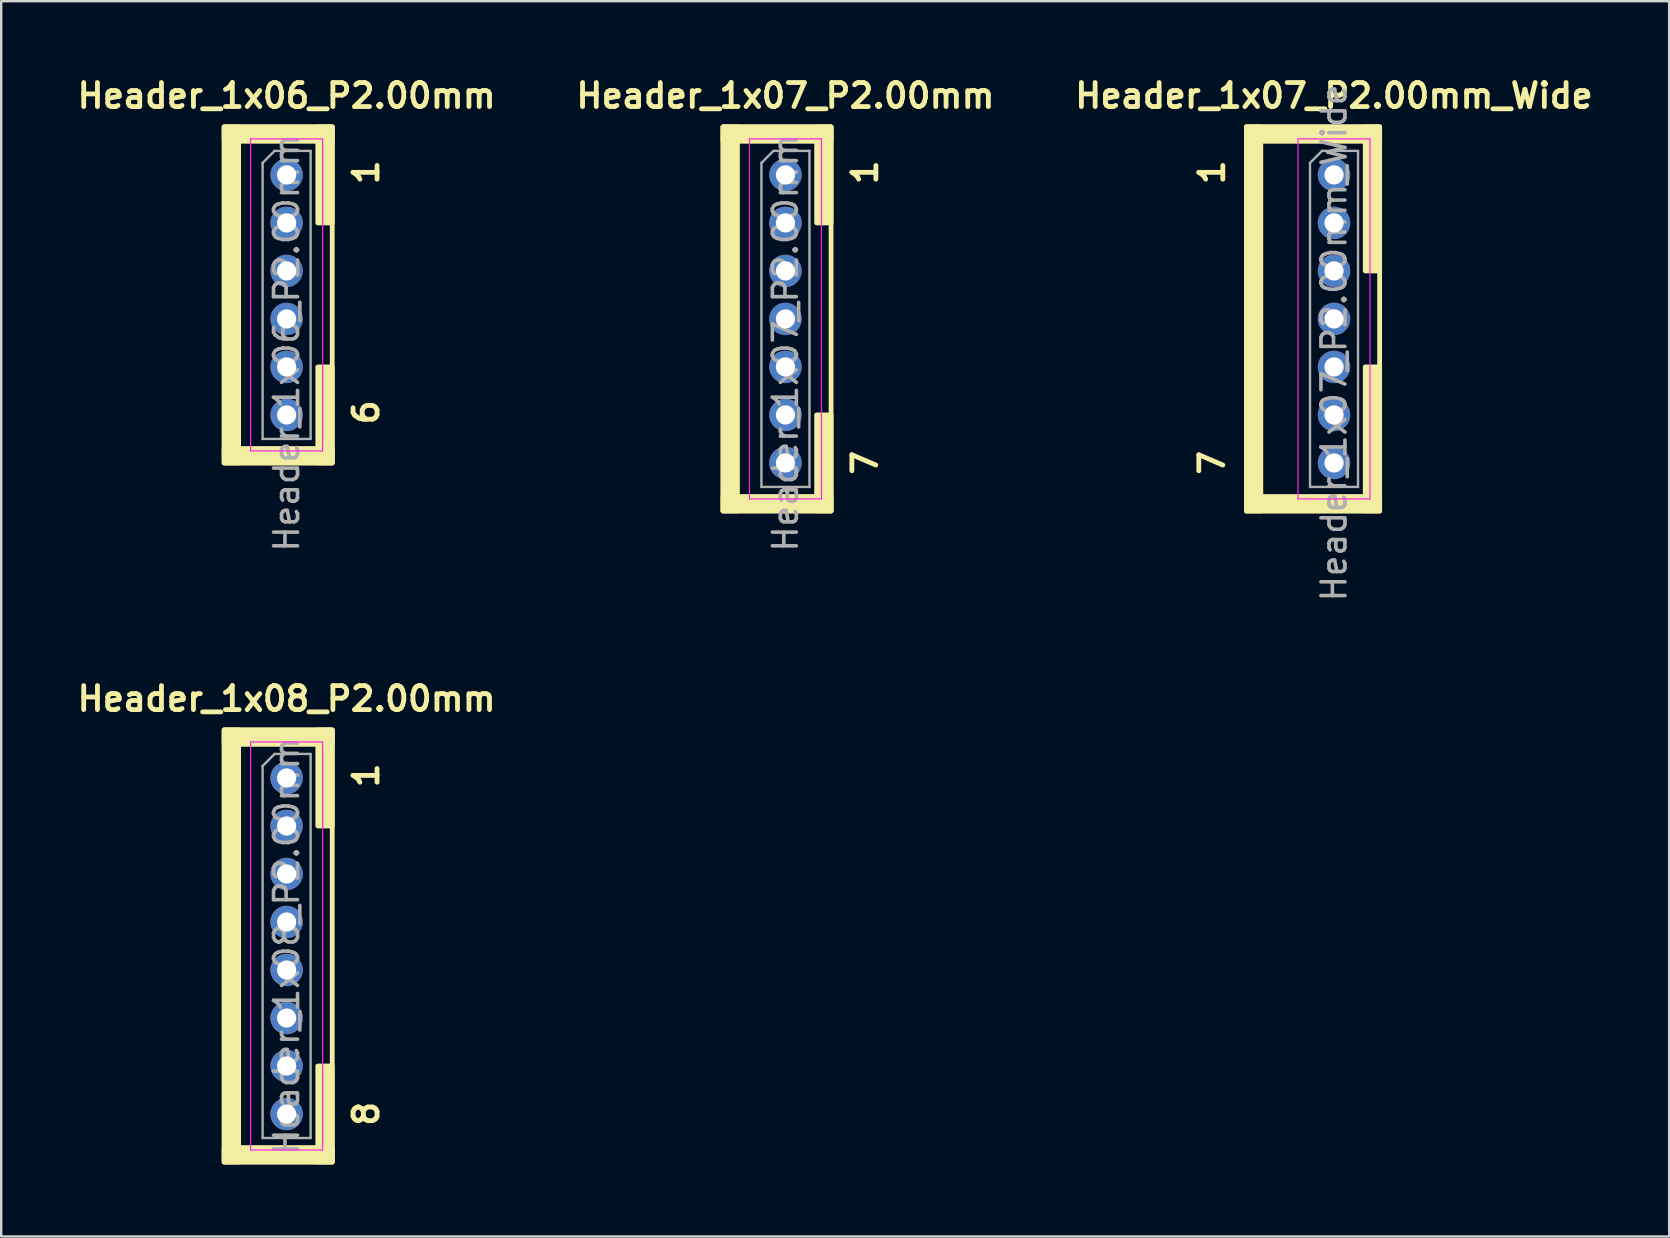
<source format=kicad_pcb>
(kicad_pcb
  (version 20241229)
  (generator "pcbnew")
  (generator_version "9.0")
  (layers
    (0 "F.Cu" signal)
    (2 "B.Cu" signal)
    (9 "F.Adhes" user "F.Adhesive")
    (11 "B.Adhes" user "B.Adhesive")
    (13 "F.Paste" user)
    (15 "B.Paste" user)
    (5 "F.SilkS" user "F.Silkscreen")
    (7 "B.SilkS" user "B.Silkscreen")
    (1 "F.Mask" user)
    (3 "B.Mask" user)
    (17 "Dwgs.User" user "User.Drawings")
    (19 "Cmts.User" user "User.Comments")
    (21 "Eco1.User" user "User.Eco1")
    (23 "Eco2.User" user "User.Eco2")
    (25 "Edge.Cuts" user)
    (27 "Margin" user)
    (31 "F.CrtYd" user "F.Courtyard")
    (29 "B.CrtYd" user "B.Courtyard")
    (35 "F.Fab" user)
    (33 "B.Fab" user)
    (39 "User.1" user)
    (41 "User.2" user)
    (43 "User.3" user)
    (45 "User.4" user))
  (footprint "Header_1x08_P2.00mm"
    (layer "F.Cu")
    (at 8.89 29.359)
    (property "Reference" "Header_1x08_P2.00mm" (at 0 -3.3 0) (layer "F.SilkS") (effects (font (size 1 1) (thickness 0.2) (bold yes))))
    (attr through_hole)
    (fp_rect (start -2.6 -2) (end -2 16) (stroke (width 0.2) (type solid)) (fill yes) (layer "F.SilkS"))
    (fp_rect (start -2.6 -2) (end 1.9 16) (stroke (width 0.2) (type default)) (fill no) (layer "F.SilkS"))
    (fp_rect (start -2.6 -1.4) (end 1.9 -2) (stroke (width 0.2) (type solid)) (fill yes) (layer "F.SilkS"))
    (fp_rect (start -2.6 16) (end 1.9 15.4) (stroke (width 0.2) (type solid)) (fill yes) (layer "F.SilkS"))
    (fp_rect (start 1.3 -2) (end 1.9 2) (stroke (width 0.2) (type solid)) (fill yes) (layer "F.SilkS"))
    (fp_rect (start 1.3 12) (end 1.9 16) (stroke (width 0.2) (type solid)) (fill yes) (layer "F.SilkS"))
    (fp_line (start -1.5 -1.5) (end -1.5 15.5) (stroke (width 0.05) (type solid)) (layer "F.CrtYd"))
    (fp_line (start -1.5 15.5) (end 1.5 15.5) (stroke (width 0.05) (type solid)) (layer "F.CrtYd"))
    (fp_line (start 1.5 -1.5) (end -1.5 -1.5) (stroke (width 0.05) (type solid)) (layer "F.CrtYd"))
    (fp_line (start 1.5 15.5) (end 1.5 -1.5) (stroke (width 0.05) (type solid)) (layer "F.CrtYd"))
    (fp_line (start -1 -0.5) (end -0.5 -1) (stroke (width 0.1) (type solid)) (layer "F.Fab"))
    (fp_line (start -1 15) (end -1 -0.5) (stroke (width 0.1) (type solid)) (layer "F.Fab"))
    (fp_line (start -0.5 -1) (end 1 -1) (stroke (width 0.1) (type solid)) (layer "F.Fab"))
    (fp_line (start 1 -1) (end 1 15) (stroke (width 0.1) (type solid)) (layer "F.Fab"))
    (fp_line (start 1 15) (end -1 15) (stroke (width 0.1) (type solid)) (layer "F.Fab"))
    (fp_text user "8" (at 3.9 14.6 90) (unlocked yes) (layer "F.SilkS") (effects (font (size 1 1) (thickness 0.2) (bold yes)) (justify left bottom)))
    (fp_text user "1" (at 3.9 0.5 90) (unlocked yes) (layer "F.SilkS") (effects (font (size 1 1) (thickness 0.2) (bold yes)) (justify left bottom)))
    (fp_text user "${REFERENCE}" (at 0 7 90) (layer "F.Fab") (effects (font (size 1 1) (thickness 0.15))))
    (pad "1" thru_hole oval (at 0 0) (size 1.35 1.35) (drill 0.8) (layers "*.Cu" "*.Mask"))
    (pad "2" thru_hole oval (at 0 2) (size 1.35 1.35) (drill 0.8) (layers "*.Cu" "*.Mask"))
    (pad "3" thru_hole oval (at 0 4) (size 1.35 1.35) (drill 0.8) (layers "*.Cu" "*.Mask"))
    (pad "4" thru_hole oval (at 0 6) (size 1.35 1.35) (drill 0.8) (layers "*.Cu" "*.Mask"))
    (pad "5" thru_hole oval (at 0 8) (size 1.35 1.35) (drill 0.8) (layers "*.Cu" "*.Mask"))
    (pad "6" thru_hole oval (at 0 10) (size 1.35 1.35) (drill 0.8) (layers "*.Cu" "*.Mask"))
    (pad "7" thru_hole oval (at 0 12) (size 1.35 1.35) (drill 0.8) (layers "*.Cu" "*.Mask"))
    (pad "8" thru_hole oval (at 0 14) (size 1.35 1.35) (drill 0.8) (layers "*.Cu" "*.Mask")))
  (footprint "Header_1x06_P2.00mm"
    (layer "F.Cu")
    (at 8.89 4.236)
    (property "Reference" "Header_1x06_P2.00mm" (at 0 -3.3 0) (layer "F.SilkS") (effects (font (size 1 1) (thickness 0.2) (bold yes))))
    (attr through_hole)
    (fp_rect (start -2.6 -2) (end -2 12) (stroke (width 0.2) (type solid)) (fill yes) (layer "F.SilkS"))
    (fp_rect (start -2.6 -2) (end 1.9 12) (stroke (width 0.2) (type default)) (fill no) (layer "F.SilkS"))
    (fp_rect (start -2.6 -1.4) (end 1.9 -2) (stroke (width 0.2) (type solid)) (fill yes) (layer "F.SilkS"))
    (fp_rect (start -2.6 12) (end 1.9 11.4) (stroke (width 0.2) (type solid)) (fill yes) (layer "F.SilkS"))
    (fp_rect (start 1.3 -2) (end 1.9 2) (stroke (width 0.2) (type solid)) (fill yes) (layer "F.SilkS"))
    (fp_rect (start 1.3 8) (end 1.9 12) (stroke (width 0.2) (type solid)) (fill yes) (layer "F.SilkS"))
    (fp_line (start -1.5 -1.5) (end -1.5 11.5) (stroke (width 0.05) (type solid)) (layer "F.CrtYd"))
    (fp_line (start -1.5 11.5) (end 1.5 11.5) (stroke (width 0.05) (type solid)) (layer "F.CrtYd"))
    (fp_line (start 1.5 -1.5) (end -1.5 -1.5) (stroke (width 0.05) (type solid)) (layer "F.CrtYd"))
    (fp_line (start 1.5 11.5) (end 1.5 -1.5) (stroke (width 0.05) (type solid)) (layer "F.CrtYd"))
    (fp_line (start -1 -0.5) (end -0.5 -1) (stroke (width 0.1) (type solid)) (layer "F.Fab"))
    (fp_line (start -1 11) (end -1 -0.5) (stroke (width 0.1) (type solid)) (layer "F.Fab"))
    (fp_line (start -0.5 -1) (end 1 -1) (stroke (width 0.1) (type solid)) (layer "F.Fab"))
    (fp_line (start 1 -1) (end 1 11) (stroke (width 0.1) (type solid)) (layer "F.Fab"))
    (fp_line (start 1 11) (end -1 11) (stroke (width 0.1) (type solid)) (layer "F.Fab"))
    (fp_text user "1" (at 3.9 0.5 90) (unlocked yes) (layer "F.SilkS") (effects (font (size 1 1) (thickness 0.2) (bold yes)) (justify left bottom)))
    (fp_text user "6" (at 3.9 10.5 90) (unlocked yes) (layer "F.SilkS") (effects (font (size 1 1) (thickness 0.2) (bold yes)) (justify left bottom)))
    (fp_text user "${REFERENCE}" (at 0 7 90) (layer "F.Fab") (effects (font (size 1 1) (thickness 0.15))))
    (pad "1" thru_hole oval (at 0 0) (size 1.35 1.35) (drill 0.8) (layers "*.Cu" "*.Mask"))
    (pad "2" thru_hole oval (at 0 2) (size 1.35 1.35) (drill 0.8) (layers "*.Cu" "*.Mask"))
    (pad "3" thru_hole oval (at 0 4) (size 1.35 1.35) (drill 0.8) (layers "*.Cu" "*.Mask"))
    (pad "4" thru_hole oval (at 0 6) (size 1.35 1.35) (drill 0.8) (layers "*.Cu" "*.Mask"))
    (pad "5" thru_hole oval (at 0 8) (size 1.35 1.35) (drill 0.8) (layers "*.Cu" "*.Mask"))
    (pad "6" thru_hole oval (at 0 10) (size 1.35 1.35) (drill 0.8) (layers "*.Cu" "*.Mask")))
  (footprint "Header_1x07_P2.00mm"
    (layer "F.Cu")
    (at 29.671 4.236)
    (property "Reference" "Header_1x07_P2.00mm" (at 0 -3.3 0) (layer "F.SilkS") (effects (font (size 1 1) (thickness 0.2) (bold yes))))
    (attr through_hole)
    (fp_rect (start -2.6 -2) (end -2 14) (stroke (width 0.2) (type solid)) (fill yes) (layer "F.SilkS"))
    (fp_rect (start -2.6 -2) (end 1.9 14) (stroke (width 0.2) (type default)) (fill no) (layer "F.SilkS"))
    (fp_rect (start -2.6 -1.4) (end 1.9 -2) (stroke (width 0.2) (type solid)) (fill yes) (layer "F.SilkS"))
    (fp_rect (start -2.6 14) (end 1.9 13.4) (stroke (width 0.2) (type solid)) (fill yes) (layer "F.SilkS"))
    (fp_rect (start 1.3 -2) (end 1.9 2) (stroke (width 0.2) (type solid)) (fill yes) (layer "F.SilkS"))
    (fp_rect (start 1.3 10) (end 1.9 14) (stroke (width 0.2) (type solid)) (fill yes) (layer "F.SilkS"))
    (fp_line (start -1.5 -1.5) (end -1.5 13.5) (stroke (width 0.05) (type solid)) (layer "F.CrtYd"))
    (fp_line (start -1.5 13.5) (end 1.5 13.5) (stroke (width 0.05) (type solid)) (layer "F.CrtYd"))
    (fp_line (start 1.5 -1.5) (end -1.5 -1.5) (stroke (width 0.05) (type solid)) (layer "F.CrtYd"))
    (fp_line (start 1.5 13.5) (end 1.5 -1.5) (stroke (width 0.05) (type solid)) (layer "F.CrtYd"))
    (fp_line (start -1 -0.5) (end -0.5 -1) (stroke (width 0.1) (type solid)) (layer "F.Fab"))
    (fp_line (start -1 13) (end -1 -0.5) (stroke (width 0.1) (type solid)) (layer "F.Fab"))
    (fp_line (start -0.5 -1) (end 1 -1) (stroke (width 0.1) (type solid)) (layer "F.Fab"))
    (fp_line (start 1 -1) (end 1 13) (stroke (width 0.1) (type solid)) (layer "F.Fab"))
    (fp_line (start 1 13) (end -1 13) (stroke (width 0.1) (type solid)) (layer "F.Fab"))
    (fp_text user "1" (at 3.9 0.5 90) (unlocked yes) (layer "F.SilkS") (effects (font (size 1 1) (thickness 0.2) (bold yes)) (justify left bottom)))
    (fp_text user "7" (at 3.9 12.6 90) (unlocked yes) (layer "F.SilkS") (effects (font (size 1 1) (thickness 0.2) (bold yes)) (justify left bottom)))
    (fp_text user "${REFERENCE}" (at 0 7 90) (layer "F.Fab") (effects (font (size 1 1) (thickness 0.15))))
    (pad "1" thru_hole oval (at 0 0) (size 1.35 1.35) (drill 0.8) (layers "*.Cu" "*.Mask"))
    (pad "2" thru_hole oval (at 0 2) (size 1.35 1.35) (drill 0.8) (layers "*.Cu" "*.Mask"))
    (pad "3" thru_hole oval (at 0 4) (size 1.35 1.35) (drill 0.8) (layers "*.Cu" "*.Mask"))
    (pad "4" thru_hole oval (at 0 6) (size 1.35 1.35) (drill 0.8) (layers "*.Cu" "*.Mask"))
    (pad "5" thru_hole oval (at 0 8) (size 1.35 1.35) (drill 0.8) (layers "*.Cu" "*.Mask"))
    (pad "6" thru_hole oval (at 0 10) (size 1.35 1.35) (drill 0.8) (layers "*.Cu" "*.Mask"))
    (pad "7" thru_hole oval (at 0 12) (size 1.35 1.35) (drill 0.8) (layers "*.Cu" "*.Mask")))
  (footprint "Header_1x07_P2.00mm_Wide"
    (layer "F.Cu")
    (at 52.524 4.236)
    (property "Reference" "Header_1x07_P2.00mm_Wide" (at 0 -3.3 0) (layer "F.SilkS") (effects (font (size 1 1) (thickness 0.2) (bold yes))))
    (attr through_hole)
    (fp_rect (start -3.65 -2) (end -3.05 14) (stroke (width 0.2) (type solid)) (fill yes) (layer "F.SilkS"))
    (fp_rect (start -3.65 -2) (end 1.9 14) (stroke (width 0.2) (type default)) (fill no) (layer "F.SilkS"))
    (fp_rect (start -3.65 -1.4) (end 1.9 -2) (stroke (width 0.2) (type solid)) (fill yes) (layer "F.SilkS"))
    (fp_rect (start -3.65 14) (end 1.9 13.4) (stroke (width 0.2) (type solid)) (fill yes) (layer "F.SilkS"))
    (fp_rect (start 1.3 -2) (end 1.9 4) (stroke (width 0.2) (type solid)) (fill yes) (layer "F.SilkS"))
    (fp_rect (start 1.3 8) (end 1.9 14) (stroke (width 0.2) (type solid)) (fill yes) (layer "F.SilkS"))
    (fp_line (start -1.5 -1.5) (end -1.5 13.5) (stroke (width 0.05) (type solid)) (layer "F.CrtYd"))
    (fp_line (start -1.5 13.5) (end 1.5 13.5) (stroke (width 0.05) (type solid)) (layer "F.CrtYd"))
    (fp_line (start 1.5 -1.5) (end -1.5 -1.5) (stroke (width 0.05) (type solid)) (layer "F.CrtYd"))
    (fp_line (start 1.5 13.5) (end 1.5 -1.5) (stroke (width 0.05) (type solid)) (layer "F.CrtYd"))
    (fp_line (start -1 -0.5) (end -0.5 -1) (stroke (width 0.1) (type solid)) (layer "F.Fab"))
    (fp_line (start -1 13) (end -1 -0.5) (stroke (width 0.1) (type solid)) (layer "F.Fab"))
    (fp_line (start -0.5 -1) (end 1 -1) (stroke (width 0.1) (type solid)) (layer "F.Fab"))
    (fp_line (start 1 -1) (end 1 13) (stroke (width 0.1) (type solid)) (layer "F.Fab"))
    (fp_line (start 1 13) (end -1 13) (stroke (width 0.1) (type solid)) (layer "F.Fab"))
    (fp_text user "7" (at -4.5 12.6 90) (unlocked yes) (layer "F.SilkS") (effects (font (size 1 1) (thickness 0.2) (bold yes)) (justify left bottom)))
    (fp_text user "1" (at -4.5 0.5 90) (unlocked yes) (layer "F.SilkS") (effects (font (size 1 1) (thickness 0.2) (bold yes)) (justify left bottom)))
    (fp_text user "${REFERENCE}" (at 0 7 90) (layer "F.Fab") (effects (font (size 1 1) (thickness 0.15))))
    (pad "1" thru_hole oval (at 0 0) (size 1.35 1.35) (drill 0.8) (layers "*.Cu" "*.Mask"))
    (pad "2" thru_hole oval (at 0 2) (size 1.35 1.35) (drill 0.8) (layers "*.Cu" "*.Mask"))
    (pad "3" thru_hole oval (at 0 4) (size 1.35 1.35) (drill 0.8) (layers "*.Cu" "*.Mask"))
    (pad "4" thru_hole oval (at 0 6) (size 1.35 1.35) (drill 0.8) (layers "*.Cu" "*.Mask"))
    (pad "5" thru_hole oval (at 0 8) (size 1.35 1.35) (drill 0.8) (layers "*.Cu" "*.Mask"))
    (pad "6" thru_hole oval (at 0 10) (size 1.35 1.35) (drill 0.8) (layers "*.Cu" "*.Mask"))
    (pad "7" thru_hole oval (at 0 12) (size 1.35 1.35) (drill 0.8) (layers "*.Cu" "*.Mask")))
  (gr_rect
    (start -3 -3)
    (end 66.486 48.459)
    (stroke (width 0.1) (type default))
    (fill no)
    (layer "Edge.Cuts")))
</source>
